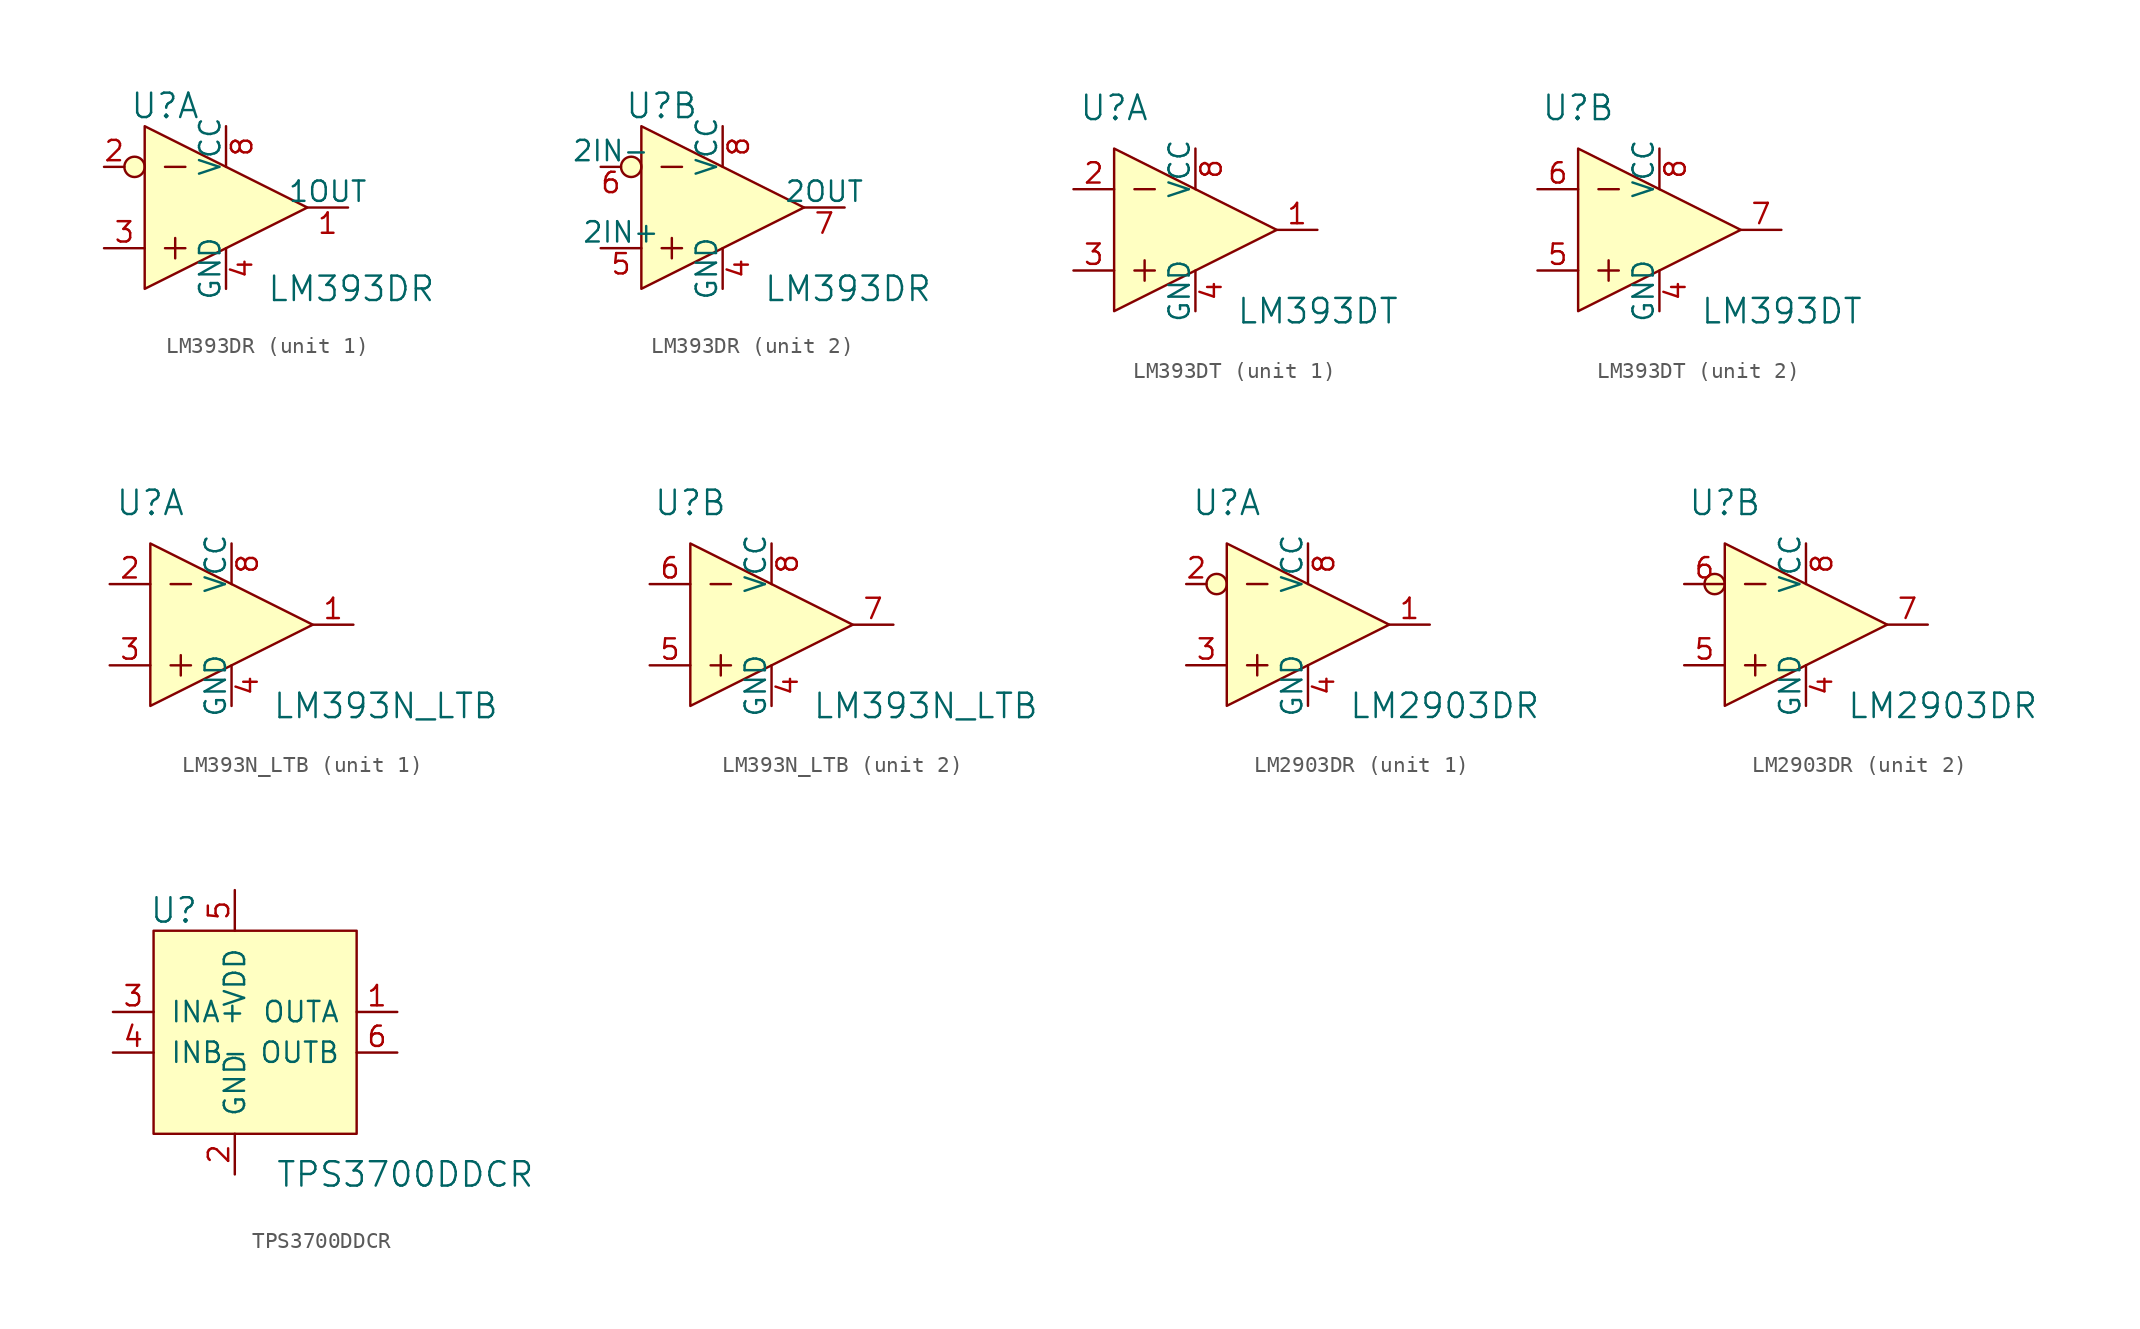
<source format=kicad_sym>
(kicad_symbol_lib
  (version 20231120)
  (generator "kicad_symbol_editor")
  (generator_version "8.0")
  (symbol "LM393DR"
    (pin_names
      (offset 0))
    (property "Reference" "U"
      (at -3.81 6.35 0)
      (effects (font (size 1.524 1.524))))
    (property "Value" "LM393DR"
      (at 2.54 -5.08 0)
      (effects (font (size 1.524 1.524)) (justify left)))
    (property "ki_locked" ""
      (at 0 0 0)
      (effects (font (size 1.27 1.27))))
    (symbol "LM393DR_0_1"
      (circle (center -5.715 2.54) (radius 0.635) (stroke (width 0) (type solid)) (fill (type background)))
      (polyline (pts (xy -3.81 -2.54) (xy -2.54 -2.54)) (stroke (width 0) (type solid)) (fill (type none)))
      (polyline (pts (xy -3.81 2.54) (xy -2.54 2.54)) (stroke (width 0) (type solid)) (fill (type none)))
      (polyline (pts (xy -3.175 -1.905) (xy -3.175 -3.175)) (stroke (width 0) (type solid)) (fill (type none)))
      (polyline (pts (xy -5.08 5.08) (xy -5.08 -5.08) (xy 5.08 0) (xy -5.08 5.08)) (stroke (width 0) (type solid)) (fill (type background))))
    (symbol "LM393DR_1_1"
      (pin output line (at 7.62 0 180) (length 2.54) (name "1OUT" (effects (font (size 1.27 1.27)))) (number "1" (effects (font (size 1.27 1.27)))))
      (pin input line (at -7.62 2.54 0) (length 1.27) (name "~" (effects (font (size 1.27 1.27)))) (number "2" (effects (font (size 1.27 1.27)))))
      (pin input line (at -7.62 -2.54 0) (length 2.54) (name "~" (effects (font (size 1.27 1.27)))) (number "3" (effects (font (size 1.27 1.27)))))
      (pin power_in line (at 0 -5.08 90) (length 2.54) (name "GND" (effects (font (size 1.27 1.27)))) (number "4" (effects (font (size 1.27 1.27)))))
      (pin power_in line (at 0 5.08 270) (length 2.54) (name "VCC" (effects (font (size 1.27 1.27)))) (number "8" (effects (font (size 1.27 1.27))))))
    (symbol "LM393DR_2_1"
      (pin power_in line (at 0 -5.08 90) (length 2.54) (name "GND" (effects (font (size 1.27 1.27)))) (number "4" (effects (font (size 1.27 1.27)))))
      (pin input line (at -7.62 -2.54 0) (length 2.54) (name "2IN+" (effects (font (size 1.27 1.27)))) (number "5" (effects (font (size 1.27 1.27)))))
      (pin input line (at -7.62 2.54 0) (length 1.27) (name "2IN-" (effects (font (size 1.27 1.27)))) (number "6" (effects (font (size 1.27 1.27)))))
      (pin output line (at 7.62 0 180) (length 2.54) (name "2OUT" (effects (font (size 1.27 1.27)))) (number "7" (effects (font (size 1.27 1.27)))))
      (pin power_in line (at 0 5.08 270) (length 2.54) (name "VCC" (effects (font (size 1.27 1.27)))) (number "8" (effects (font (size 1.27 1.27)))))))
  (symbol "LM393DT"
    (pin_names
      (offset 0))
    (property "Reference" "U"
      (at -5.08 7.62 0)
      (effects (font (size 1.524 1.524))))
    (property "Value" "LM393DT"
      (at 2.54 -5.08 0)
      (effects (font (size 1.524 1.524)) (justify left)))
    (property "ki_locked" ""
      (at 0 0 0)
      (effects (font (size 1.27 1.27))))
    (symbol "LM393DT_0_1"
      (polyline (pts (xy -3.81 -2.54) (xy -2.54 -2.54)) (stroke (width 0) (type solid)) (fill (type none)))
      (polyline (pts (xy -3.81 2.54) (xy -2.54 2.54)) (stroke (width 0) (type solid)) (fill (type none)))
      (polyline (pts (xy -3.175 -1.905) (xy -3.175 -3.175)) (stroke (width 0) (type solid)) (fill (type none)))
      (polyline (pts (xy -5.08 5.08) (xy -5.08 -5.08) (xy 5.08 0) (xy -5.08 5.08)) (stroke (width 0) (type solid)) (fill (type background))))
    (symbol "LM393DT_1_1"
      (pin output line (at 7.62 0 180) (length 2.54) (name "~" (effects (font (size 1.27 1.27)))) (number "1" (effects (font (size 1.27 1.27)))))
      (pin input line (at -7.62 2.54 0) (length 2.54) (name "~" (effects (font (size 1.27 1.27)))) (number "2" (effects (font (size 1.27 1.27)))))
      (pin input line (at -7.62 -2.54 0) (length 2.54) (name "~" (effects (font (size 1.27 1.27)))) (number "3" (effects (font (size 1.27 1.27)))))
      (pin power_in line (at 0 -5.08 90) (length 2.54) (name "GND" (effects (font (size 1.27 1.27)))) (number "4" (effects (font (size 1.27 1.27)))))
      (pin power_in line (at 0 5.08 270) (length 2.54) (name "VCC" (effects (font (size 1.27 1.27)))) (number "8" (effects (font (size 1.27 1.27))))))
    (symbol "LM393DT_2_1"
      (pin power_in line (at 0 -5.08 90) (length 2.54) (name "GND" (effects (font (size 1.27 1.27)))) (number "4" (effects (font (size 1.27 1.27)))))
      (pin input line (at -7.62 -2.54 0) (length 2.54) (name "~" (effects (font (size 1.27 1.27)))) (number "5" (effects (font (size 1.27 1.27)))))
      (pin input line (at -7.62 2.54 0) (length 2.54) (name "~" (effects (font (size 1.27 1.27)))) (number "6" (effects (font (size 1.27 1.27)))))
      (pin output line (at 7.62 0 180) (length 2.54) (name "~" (effects (font (size 1.27 1.27)))) (number "7" (effects (font (size 1.27 1.27)))))
      (pin power_in line (at 0 5.08 270) (length 2.54) (name "VCC" (effects (font (size 1.27 1.27)))) (number "8" (effects (font (size 1.27 1.27)))))))
  (symbol "LM393N_LTB"
    (pin_names
      (offset 0))
    (property "Reference" "U"
      (at -5.08 7.62 0)
      (effects (font (size 1.524 1.524))))
    (property "Value" "LM393N_LTB"
      (at 2.54 -5.08 0)
      (effects (font (size 1.524 1.524)) (justify left)))
    (property "ki_locked" ""
      (at 0 0 0)
      (effects (font (size 1.27 1.27))))
    (symbol "LM393N_LTB_0_1"
      (polyline (pts (xy -3.81 -2.54) (xy -2.54 -2.54)) (stroke (width 0) (type solid)) (fill (type none)))
      (polyline (pts (xy -3.81 2.54) (xy -2.54 2.54)) (stroke (width 0) (type solid)) (fill (type none)))
      (polyline (pts (xy -3.175 -1.905) (xy -3.175 -3.175)) (stroke (width 0) (type solid)) (fill (type none)))
      (polyline (pts (xy -5.08 5.08) (xy -5.08 -5.08) (xy 5.08 0) (xy -5.08 5.08)) (stroke (width 0) (type solid)) (fill (type background))))
    (symbol "LM393N_LTB_1_1"
      (pin output line (at 7.62 0 180) (length 2.54) (name "~" (effects (font (size 1.27 1.27)))) (number "1" (effects (font (size 1.27 1.27)))))
      (pin input line (at -7.62 2.54 0) (length 2.54) (name "~" (effects (font (size 1.27 1.27)))) (number "2" (effects (font (size 1.27 1.27)))))
      (pin input line (at -7.62 -2.54 0) (length 2.54) (name "~" (effects (font (size 1.27 1.27)))) (number "3" (effects (font (size 1.27 1.27)))))
      (pin power_in line (at 0 -5.08 90) (length 2.54) (name "GND" (effects (font (size 1.27 1.27)))) (number "4" (effects (font (size 1.27 1.27)))))
      (pin power_in line (at 0 5.08 270) (length 2.54) (name "VCC" (effects (font (size 1.27 1.27)))) (number "8" (effects (font (size 1.27 1.27))))))
    (symbol "LM393N_LTB_2_1"
      (pin power_in line (at 0 -5.08 90) (length 2.54) (name "GND" (effects (font (size 1.27 1.27)))) (number "4" (effects (font (size 1.27 1.27)))))
      (pin input line (at -7.62 -2.54 0) (length 2.54) (name "~" (effects (font (size 1.27 1.27)))) (number "5" (effects (font (size 1.27 1.27)))))
      (pin input line (at -7.62 2.54 0) (length 2.54) (name "~" (effects (font (size 1.27 1.27)))) (number "6" (effects (font (size 1.27 1.27)))))
      (pin output line (at 7.62 0 180) (length 2.54) (name "~" (effects (font (size 1.27 1.27)))) (number "7" (effects (font (size 1.27 1.27)))))
      (pin power_in line (at 0 5.08 270) (length 2.54) (name "VCC" (effects (font (size 1.27 1.27)))) (number "8" (effects (font (size 1.27 1.27)))))))
  (symbol "LM2903DR"
    (pin_names
      (offset 0))
    (property "Reference" "U"
      (at -5.08 7.62 0)
      (effects (font (size 1.524 1.524))))
    (property "Value" "LM2903DR"
      (at 2.54 -5.08 0)
      (effects (font (size 1.524 1.524)) (justify left)))
    (property "ki_locked" ""
      (at 0 0 0)
      (effects (font (size 1.27 1.27))))
    (symbol "LM2903DR_0_1"
      (circle (center -5.715 2.54) (radius 0.635) (stroke (width 0) (type solid)) (fill (type background)))
      (polyline (pts (xy -3.81 -2.54) (xy -2.54 -2.54)) (stroke (width 0) (type solid)) (fill (type none)))
      (polyline (pts (xy -3.81 2.54) (xy -2.54 2.54)) (stroke (width 0) (type solid)) (fill (type none)))
      (polyline (pts (xy -3.175 -1.905) (xy -3.175 -2.54) (xy -3.175 -3.175)) (stroke (width 0) (type solid)) (fill (type none)))
      (polyline (pts (xy -5.08 5.08) (xy -5.08 -5.08) (xy 5.08 0) (xy -5.08 5.08)) (stroke (width 0) (type solid)) (fill (type background))))
    (symbol "LM2903DR_1_1"
      (pin output line (at 7.62 0 180) (length 2.54) (name "~" (effects (font (size 1.27 1.27)))) (number "1" (effects (font (size 1.27 1.27)))))
      (pin input line (at -7.62 2.54 0) (length 1.27) (name "~" (effects (font (size 1.27 1.27)))) (number "2" (effects (font (size 1.27 1.27)))))
      (pin input line (at -7.62 -2.54 0) (length 2.54) (name "~" (effects (font (size 1.27 1.27)))) (number "3" (effects (font (size 1.27 1.27)))))
      (pin power_in line (at 0 -5.08 90) (length 2.54) (name "GND" (effects (font (size 1.27 1.27)))) (number "4" (effects (font (size 1.27 1.27)))))
      (pin power_in line (at 0 5.08 270) (length 2.54) (name "VCC" (effects (font (size 1.27 1.27)))) (number "8" (effects (font (size 1.27 1.27))))))
    (symbol "LM2903DR_2_1"
      (pin power_in line (at 0 -5.08 90) (length 2.54) (name "GND" (effects (font (size 1.27 1.27)))) (number "4" (effects (font (size 1.27 1.27)))))
      (pin input line (at -7.62 -2.54 0) (length 2.54) (name "~" (effects (font (size 1.27 1.27)))) (number "5" (effects (font (size 1.27 1.27)))))
      (pin input line (at -7.62 2.54 0) (length 2.54) (name "~" (effects (font (size 1.27 1.27)))) (number "6" (effects (font (size 1.27 1.27)))))
      (pin output line (at 7.62 0 180) (length 2.54) (name "~" (effects (font (size 1.27 1.27)))) (number "7" (effects (font (size 1.27 1.27)))))
      (pin power_in line (at 0 5.08 270) (length 2.54) (name "VCC" (effects (font (size 1.27 1.27)))) (number "8" (effects (font (size 1.27 1.27)))))))
  (symbol "TPS3700DDCR"
    (pin_names
      (offset 1.016))
    (property "Reference" "U"
      (at -6.35 3.81 0)
      (effects (font (size 1.524 1.524))))
    (property "Value" "TPS3700DDCR"
      (at 0 -12.7 0)
      (effects (font (size 1.524 1.524)) (justify left)))
    (symbol "TPS3700DDCR_0_1"
      (rectangle (start -7.62 2.54) (end 5.08 -10.16) (stroke (width 0) (type solid)) (fill (type background))))
    (symbol "TPS3700DDCR_1_1"
      (pin output line (at 7.62 -2.54 180) (length 2.54) (name "OUTA" (effects (font (size 1.27 1.27)))) (number "1" (effects (font (size 1.27 1.27)))))
      (pin power_in line (at -2.54 -12.7 90) (length 2.54) (name "GND" (effects (font (size 1.27 1.27)))) (number "2" (effects (font (size 1.27 1.27)))))
      (pin input line (at -10.16 -2.54 0) (length 2.54) (name "INA+" (effects (font (size 1.27 1.27)))) (number "3" (effects (font (size 1.27 1.27)))))
      (pin input line (at -10.16 -5.08 0) (length 2.54) (name "INB-" (effects (font (size 1.27 1.27)))) (number "4" (effects (font (size 1.27 1.27)))))
      (pin power_in line (at -2.54 5.08 270) (length 2.54) (name "VDD" (effects (font (size 1.27 1.27)))) (number "5" (effects (font (size 1.27 1.27)))))
      (pin output line (at 7.62 -5.08 180) (length 2.54) (name "OUTB" (effects (font (size 1.27 1.27)))) (number "6" (effects (font (size 1.27 1.27))))))))
</source>
